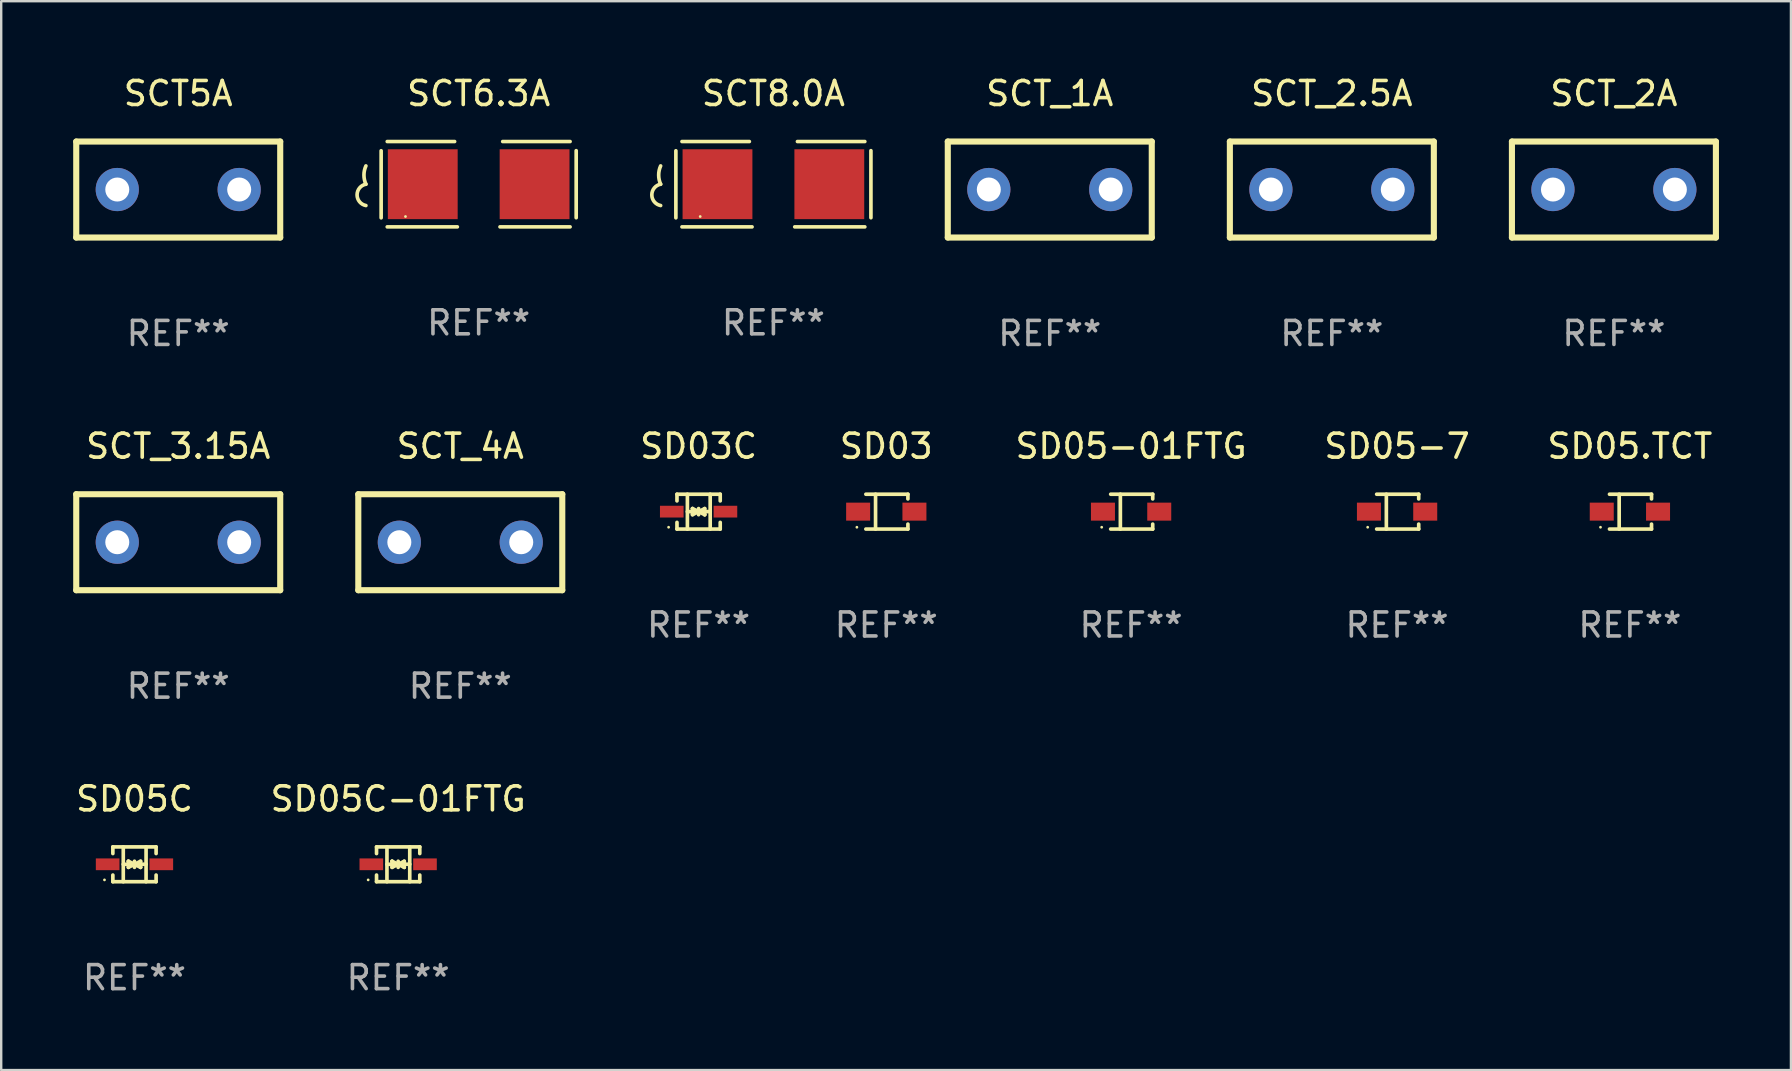
<source format=kicad_pcb>
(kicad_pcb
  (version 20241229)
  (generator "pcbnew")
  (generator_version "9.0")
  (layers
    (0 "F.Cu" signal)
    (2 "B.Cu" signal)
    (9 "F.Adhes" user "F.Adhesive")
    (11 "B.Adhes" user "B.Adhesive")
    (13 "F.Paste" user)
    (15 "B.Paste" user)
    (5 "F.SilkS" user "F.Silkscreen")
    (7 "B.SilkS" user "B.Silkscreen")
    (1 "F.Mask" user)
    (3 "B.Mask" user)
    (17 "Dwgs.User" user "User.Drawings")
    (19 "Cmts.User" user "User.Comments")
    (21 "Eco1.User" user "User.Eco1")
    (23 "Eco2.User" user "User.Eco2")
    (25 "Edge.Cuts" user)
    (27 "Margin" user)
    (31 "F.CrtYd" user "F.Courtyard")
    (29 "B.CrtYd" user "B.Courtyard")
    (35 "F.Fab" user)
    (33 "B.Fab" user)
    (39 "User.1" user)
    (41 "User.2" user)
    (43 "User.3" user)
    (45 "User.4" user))
  (footprint "SD05-7"
    (layer "F.Cu")
    (at 55.169 18.271)
    (property "Reference" "SD05-7" (at 0 -2.726 0) (layer "F.SilkS") (effects (font (size 1 1) (thickness 0.15))))
    (attr through_hole)
    (fp_line (start -0.851 -0.726) (end 0.901 -0.726) (stroke (width 0.152) (type solid)) (layer "F.SilkS"))
    (fp_line (start -0.851 0.726) (end 0.901 0.726) (stroke (width 0.152) (type solid)) (layer "F.SilkS"))
    (fp_line (start -0.447 -0.726) (end -0.447 0.726) (stroke (width 0.152) (type solid)) (layer "F.SilkS"))
    (fp_line (start 0.901 -0.726) (end 0.901 -0.53) (stroke (width 0.152) (type solid)) (layer "F.SilkS"))
    (fp_line (start 0.901 0.726) (end 0.901 0.52) (stroke (width 0.152) (type solid)) (layer "F.SilkS"))
    (fp_circle (center -1.225 0.65) (end -1.195 0.65) (stroke (width 0.06) (type solid)) (fill no) (layer "F.SilkS"))
    (fp_text user "REF**" (at 0 4.726 0) (layer "F.Fab") (effects (font (size 1 1) (thickness 0.15))))
    (pad "1" smd rect (at -1.173 0) (size 1 0.75) (layers "F.Cu" "F.Mask" "F.Paste"))
    (pad "2" smd rect (at 1.173 0) (size 1 0.75) (layers "F.Cu" "F.Mask" "F.Paste")))
  (footprint "SCT5A"
    (layer "F.Cu")
    (at 4.377 4.848)
    (property "Reference" "SCT5A" (at 0 -4 0) (layer "F.SilkS") (effects (font (size 1 1) (thickness 0.15))))
    (attr through_hole)
    (fp_line (start -4.25 2) (end -4.25 -2) (stroke (width 0.254) (type solid)) (layer "F.SilkS"))
    (fp_line (start -4.25 -2) (end 4.25 -2) (stroke (width 0.254) (type solid)) (layer "F.SilkS"))
    (fp_line (start 4.25 2) (end -4.25 2) (stroke (width 0.254) (type solid)) (layer "F.SilkS"))
    (fp_line (start 4.25 -2) (end 4.25 2) (stroke (width 0.254) (type solid)) (layer "F.SilkS"))
    (fp_circle (center -4.25 2) (end -4.22 2) (stroke (width 0.06) (type solid)) (fill no) (layer "F.SilkS"))
    (fp_text user "REF**" (at 0 6 0) (layer "F.Fab") (effects (font (size 1 1) (thickness 0.15))))
    (pad "1" thru_hole circle (at -2.54 0) (size 1.8 1.8) (drill 1) (layers "*.Cu" "*.Mask"))
    (pad "2" thru_hole circle (at 2.54 0) (size 1.8 1.8) (drill 1) (layers "*.Cu" "*.Mask")))
  (footprint "SCT_4A"
    (layer "F.Cu")
    (at 16.131 19.545)
    (property "Reference" "SCT_4A" (at 0 -4 0) (layer "F.SilkS") (effects (font (size 1 1) (thickness 0.15))))
    (attr through_hole)
    (fp_line (start -4.25 2) (end -4.25 -2) (stroke (width 0.254) (type solid)) (layer "F.SilkS"))
    (fp_line (start -4.25 -2) (end 4.25 -2) (stroke (width 0.254) (type solid)) (layer "F.SilkS"))
    (fp_line (start 4.25 2) (end -4.25 2) (stroke (width 0.254) (type solid)) (layer "F.SilkS"))
    (fp_line (start 4.25 -2) (end 4.25 2) (stroke (width 0.254) (type solid)) (layer "F.SilkS"))
    (fp_circle (center -4.25 2) (end -4.22 2) (stroke (width 0.06) (type solid)) (fill no) (layer "F.SilkS"))
    (fp_text user "REF**" (at 0 6 0) (layer "F.Fab") (effects (font (size 1 1) (thickness 0.15))))
    (pad "1" thru_hole circle (at -2.54 0) (size 1.8 1.8) (drill 1) (layers "*.Cu" "*.Mask"))
    (pad "2" thru_hole circle (at 2.54 0) (size 1.8 1.8) (drill 1) (layers "*.Cu" "*.Mask")))
  (footprint "SCT_1A"
    (layer "F.Cu")
    (at 40.696 4.848)
    (property "Reference" "SCT_1A" (at 0 -4 0) (layer "F.SilkS") (effects (font (size 1 1) (thickness 0.15))))
    (attr through_hole)
    (fp_line (start -4.25 2) (end -4.25 -2) (stroke (width 0.254) (type solid)) (layer "F.SilkS"))
    (fp_line (start -4.25 -2) (end 4.25 -2) (stroke (width 0.254) (type solid)) (layer "F.SilkS"))
    (fp_line (start 4.25 2) (end -4.25 2) (stroke (width 0.254) (type solid)) (layer "F.SilkS"))
    (fp_line (start 4.25 -2) (end 4.25 2) (stroke (width 0.254) (type solid)) (layer "F.SilkS"))
    (fp_circle (center -4.25 2) (end -4.22 2) (stroke (width 0.06) (type solid)) (fill no) (layer "F.SilkS"))
    (fp_text user "REF**" (at 0 6 0) (layer "F.Fab") (effects (font (size 1 1) (thickness 0.15))))
    (pad "1" thru_hole circle (at -2.54 0) (size 1.8 1.8) (drill 1) (layers "*.Cu" "*.Mask"))
    (pad "2" thru_hole circle (at 2.54 0) (size 1.8 1.8) (drill 1) (layers "*.Cu" "*.Mask")))
  (footprint "SCT_3.15A"
    (layer "F.Cu")
    (at 4.377 19.545)
    (property "Reference" "SCT_3.15A" (at 0 -4 0) (layer "F.SilkS") (effects (font (size 1 1) (thickness 0.15))))
    (attr through_hole)
    (fp_line (start -4.25 2) (end -4.25 -2) (stroke (width 0.254) (type solid)) (layer "F.SilkS"))
    (fp_line (start -4.25 -2) (end 4.25 -2) (stroke (width 0.254) (type solid)) (layer "F.SilkS"))
    (fp_line (start 4.25 2) (end -4.25 2) (stroke (width 0.254) (type solid)) (layer "F.SilkS"))
    (fp_line (start 4.25 -2) (end 4.25 2) (stroke (width 0.254) (type solid)) (layer "F.SilkS"))
    (fp_circle (center -4.25 2) (end -4.22 2) (stroke (width 0.06) (type solid)) (fill no) (layer "F.SilkS"))
    (fp_text user "REF**" (at 0 6 0) (layer "F.Fab") (effects (font (size 1 1) (thickness 0.15))))
    (pad "1" thru_hole circle (at -2.54 0) (size 1.8 1.8) (drill 1) (layers "*.Cu" "*.Mask"))
    (pad "2" thru_hole circle (at 2.54 0) (size 1.8 1.8) (drill 1) (layers "*.Cu" "*.Mask")))
  (footprint "SCT8.0A"
    (layer "F.Cu")
    (at 29.179 4.626)
    (property "Reference" "SCT8.0A" (at 0 -3.778 0) (layer "F.SilkS") (effects (font (size 1 1) (thickness 0.15))))
    (attr through_hole)
    (fp_line (start -4.064 -1.393) (end -4.064 1.401) (stroke (width 0.152) (type solid)) (layer "F.SilkS"))
    (fp_line (start -3.81 -1.778) (end -1.002 -1.778) (stroke (width 0.152) (type solid)) (layer "F.SilkS"))
    (fp_line (start -0.889 1.778) (end -3.81 1.778) (stroke (width 0.152) (type solid)) (layer "F.SilkS"))
    (fp_line (start 0.889 1.778) (end 3.81 1.778) (stroke (width 0.152) (type solid)) (layer "F.SilkS"))
    (fp_line (start 3.81 -1.778) (end 1.002 -1.778) (stroke (width 0.152) (type solid)) (layer "F.SilkS"))
    (fp_line (start 4.064 -1.397) (end 4.064 1.397) (stroke (width 0.152) (type solid)) (layer "F.SilkS"))
    (fp_arc (start -4.699009 0) (mid -4.780645 -0.381001) (end -4.699009 -0.762002) (stroke (width 0.151994) (type solid)) (layer "F.SilkS"))
    (fp_arc (start -4.699009 0.889002) (mid -5.066697 0.444501) (end -4.699009 0) (stroke (width 0.151994) (type solid)) (layer "F.SilkS"))
    (fp_circle (center -3.05 1.347) (end -3.02 1.347) (stroke (width 0.06) (type solid)) (fill no) (layer "F.SilkS"))
    (fp_text user "REF**" (at 0 5.778 0) (layer "F.Fab") (effects (font (size 1 1) (thickness 0.15))))
    (pad "1" smd rect (at -2.33 0) (size 2.91 2.911) (layers "F.Cu" "F.Mask" "F.Paste"))
    (pad "2" smd rect (at 2.33 0) (size 2.91 2.911) (layers "F.Cu" "F.Mask" "F.Paste")))
  (footprint "SD05-01FTG"
    (layer "F.Cu")
    (at 44.085 18.271)
    (property "Reference" "SD05-01FTG" (at 0 -2.726 0) (layer "F.SilkS") (effects (font (size 1 1) (thickness 0.15))))
    (attr through_hole)
    (fp_line (start -0.851 -0.726) (end 0.901 -0.726) (stroke (width 0.152) (type solid)) (layer "F.SilkS"))
    (fp_line (start -0.851 0.726) (end 0.901 0.726) (stroke (width 0.152) (type solid)) (layer "F.SilkS"))
    (fp_line (start -0.447 -0.726) (end -0.447 0.726) (stroke (width 0.152) (type solid)) (layer "F.SilkS"))
    (fp_line (start 0.901 -0.726) (end 0.901 -0.53) (stroke (width 0.152) (type solid)) (layer "F.SilkS"))
    (fp_line (start 0.901 0.726) (end 0.901 0.52) (stroke (width 0.152) (type solid)) (layer "F.SilkS"))
    (fp_circle (center -1.225 0.65) (end -1.195 0.65) (stroke (width 0.06) (type solid)) (fill no) (layer "F.SilkS"))
    (fp_text user "REF**" (at 0 4.726 0) (layer "F.Fab") (effects (font (size 1 1) (thickness 0.15))))
    (pad "1" smd rect (at -1.173 0) (size 1 0.75) (layers "F.Cu" "F.Mask" "F.Paste"))
    (pad "2" smd rect (at 1.173 0) (size 1 0.75) (layers "F.Cu" "F.Mask" "F.Paste")))
  (footprint "SD05C"
    (layer "F.Cu")
    (at 2.554 32.967)
    (property "Reference" "SD05C" (at 0 -2.726 0) (layer "F.SilkS") (effects (font (size 1 1) (thickness 0.15))))
    (attr through_hole)
    (fp_line (start -0.901 -0.726) (end -0.901 -0.448) (stroke (width 0.152) (type solid)) (layer "F.SilkS"))
    (fp_line (start -0.901 0.726) (end -0.901 0.448) (stroke (width 0.152) (type solid)) (layer "F.SilkS"))
    (fp_line (start -0.467 0) (end 0.483 -0.003) (stroke (width 0.154) (type solid)) (layer "F.SilkS"))
    (fp_line (start -0.467 0.726) (end -0.467 -0.726) (stroke (width 0.152) (type solid)) (layer "F.SilkS"))
    (fp_line (start -0.254 -0.127) (end -0.254 -0.127) (stroke (width 0.154) (type solid)) (layer "F.SilkS"))
    (fp_line (start -0.254 -0.127) (end -0.002 -0.003) (stroke (width 0.154) (type solid)) (layer "F.SilkS"))
    (fp_line (start -0.254 0.127) (end -0.254 -0.127) (stroke (width 0.154) (type solid)) (layer "F.SilkS"))
    (fp_line (start -0.127 0) (end 0.003 0) (stroke (width 0.154) (type solid)) (layer "F.SilkS"))
    (fp_line (start -0.003 0) (end -0.254 0.127) (stroke (width 0.154) (type solid)) (layer "F.SilkS"))
    (fp_line (start 0 -0.127) (end 0 0.127) (stroke (width 0.154) (type solid)) (layer "F.SilkS"))
    (fp_line (start 0.003 0) (end 0.254 -0.127) (stroke (width 0.154) (type solid)) (layer "F.SilkS"))
    (fp_line (start 0.127 0) (end -0.003 0) (stroke (width 0.154) (type solid)) (layer "F.SilkS"))
    (fp_line (start 0.254 -0.127) (end 0.254 0.127) (stroke (width 0.154) (type solid)) (layer "F.SilkS"))
    (fp_line (start 0.254 0.127) (end 0.002 0.003) (stroke (width 0.154) (type solid)) (layer "F.SilkS"))
    (fp_line (start 0.254 0.127) (end 0.254 0.127) (stroke (width 0.154) (type solid)) (layer "F.SilkS"))
    (fp_line (start 0.483 0.726) (end 0.483 -0.726) (stroke (width 0.152) (type solid)) (layer "F.SilkS"))
    (fp_line (start 0.901 -0.726) (end -0.901 -0.726) (stroke (width 0.152) (type solid)) (layer "F.SilkS"))
    (fp_line (start 0.901 -0.726) (end 0.901 -0.448) (stroke (width 0.152) (type solid)) (layer "F.SilkS"))
    (fp_line (start 0.901 0.726) (end -0.901 0.726) (stroke (width 0.152) (type solid)) (layer "F.SilkS"))
    (fp_line (start 0.901 0.726) (end 0.901 0.448) (stroke (width 0.152) (type solid)) (layer "F.SilkS"))
    (fp_circle (center -1.25 0.65) (end -1.22 0.65) (stroke (width 0.06) (type solid)) (fill no) (layer "F.SilkS"))
    (fp_text user "REF**" (at 0 4.726 0) (layer "F.Fab") (effects (font (size 1 1) (thickness 0.15))))
    (pad "1" smd rect (at -1.118 0) (size 0.985 0.49) (layers "F.Cu" "F.Mask" "F.Paste"))
    (pad "2" smd rect (at 1.118 0) (size 0.985 0.49) (layers "F.Cu" "F.Mask" "F.Paste")))
  (footprint "SCT6.3A"
    (layer "F.Cu")
    (at 16.897 4.626)
    (property "Reference" "SCT6.3A" (at 0 -3.778 0) (layer "F.SilkS") (effects (font (size 1 1) (thickness 0.15))))
    (attr through_hole)
    (fp_line (start -4.064 -1.393) (end -4.064 1.401) (stroke (width 0.152) (type solid)) (layer "F.SilkS"))
    (fp_line (start -3.81 -1.778) (end -1.002 -1.778) (stroke (width 0.152) (type solid)) (layer "F.SilkS"))
    (fp_line (start -0.889 1.778) (end -3.81 1.778) (stroke (width 0.152) (type solid)) (layer "F.SilkS"))
    (fp_line (start 0.889 1.778) (end 3.81 1.778) (stroke (width 0.152) (type solid)) (layer "F.SilkS"))
    (fp_line (start 3.81 -1.778) (end 1.002 -1.778) (stroke (width 0.152) (type solid)) (layer "F.SilkS"))
    (fp_line (start 4.064 -1.397) (end 4.064 1.397) (stroke (width 0.152) (type solid)) (layer "F.SilkS"))
    (fp_arc (start -4.699009 0) (mid -4.780645 -0.381001) (end -4.699009 -0.762002) (stroke (width 0.151994) (type solid)) (layer "F.SilkS"))
    (fp_arc (start -4.699009 0.889002) (mid -5.066697 0.444501) (end -4.699009 0) (stroke (width 0.151994) (type solid)) (layer "F.SilkS"))
    (fp_circle (center -3.05 1.347) (end -3.02 1.347) (stroke (width 0.06) (type solid)) (fill no) (layer "F.SilkS"))
    (fp_text user "REF**" (at 0 5.778 0) (layer "F.Fab") (effects (font (size 1 1) (thickness 0.15))))
    (pad "1" smd rect (at -2.33 0) (size 2.91 2.911) (layers "F.Cu" "F.Mask" "F.Paste"))
    (pad "2" smd rect (at 2.33 0) (size 2.91 2.911) (layers "F.Cu" "F.Mask" "F.Paste")))
  (footprint "SD03"
    (layer "F.Cu")
    (at 33.883 18.271)
    (property "Reference" "SD03" (at 0 -2.726 0) (layer "F.SilkS") (effects (font (size 1 1) (thickness 0.15))))
    (attr through_hole)
    (fp_line (start -0.851 -0.726) (end 0.901 -0.726) (stroke (width 0.152) (type solid)) (layer "F.SilkS"))
    (fp_line (start -0.851 0.726) (end 0.901 0.726) (stroke (width 0.152) (type solid)) (layer "F.SilkS"))
    (fp_line (start -0.447 -0.726) (end -0.447 0.726) (stroke (width 0.152) (type solid)) (layer "F.SilkS"))
    (fp_line (start 0.901 -0.726) (end 0.901 -0.53) (stroke (width 0.152) (type solid)) (layer "F.SilkS"))
    (fp_line (start 0.901 0.726) (end 0.901 0.52) (stroke (width 0.152) (type solid)) (layer "F.SilkS"))
    (fp_circle (center -1.225 0.65) (end -1.195 0.65) (stroke (width 0.06) (type solid)) (fill no) (layer "F.SilkS"))
    (fp_text user "REF**" (at 0 4.726 0) (layer "F.Fab") (effects (font (size 1 1) (thickness 0.15))))
    (pad "1" smd rect (at -1.173 0) (size 1 0.75) (layers "F.Cu" "F.Mask" "F.Paste"))
    (pad "2" smd rect (at 1.173 0) (size 1 0.75) (layers "F.Cu" "F.Mask" "F.Paste")))
  (footprint "SCT_2.5A"
    (layer "F.Cu")
    (at 52.451 4.848)
    (property "Reference" "SCT_2.5A" (at 0 -4 0) (layer "F.SilkS") (effects (font (size 1 1) (thickness 0.15))))
    (attr through_hole)
    (fp_line (start -4.25 2) (end -4.25 -2) (stroke (width 0.254) (type solid)) (layer "F.SilkS"))
    (fp_line (start -4.25 -2) (end 4.25 -2) (stroke (width 0.254) (type solid)) (layer "F.SilkS"))
    (fp_line (start 4.25 2) (end -4.25 2) (stroke (width 0.254) (type solid)) (layer "F.SilkS"))
    (fp_line (start 4.25 -2) (end 4.25 2) (stroke (width 0.254) (type solid)) (layer "F.SilkS"))
    (fp_circle (center -4.25 2) (end -4.22 2) (stroke (width 0.06) (type solid)) (fill no) (layer "F.SilkS"))
    (fp_text user "REF**" (at 0 6 0) (layer "F.Fab") (effects (font (size 1 1) (thickness 0.15))))
    (pad "1" thru_hole circle (at -2.54 0) (size 1.8 1.8) (drill 1) (layers "*.Cu" "*.Mask"))
    (pad "2" thru_hole circle (at 2.54 0) (size 1.8 1.8) (drill 1) (layers "*.Cu" "*.Mask")))
  (footprint "SD05.TCT"
    (layer "F.Cu")
    (at 64.871 18.271)
    (property "Reference" "SD05.TCT" (at 0 -2.726 0) (layer "F.SilkS") (effects (font (size 1 1) (thickness 0.15))))
    (attr through_hole)
    (fp_line (start -0.851 -0.726) (end 0.901 -0.726) (stroke (width 0.152) (type solid)) (layer "F.SilkS"))
    (fp_line (start -0.851 0.726) (end 0.901 0.726) (stroke (width 0.152) (type solid)) (layer "F.SilkS"))
    (fp_line (start -0.447 -0.726) (end -0.447 0.726) (stroke (width 0.152) (type solid)) (layer "F.SilkS"))
    (fp_line (start 0.901 -0.726) (end 0.901 -0.53) (stroke (width 0.152) (type solid)) (layer "F.SilkS"))
    (fp_line (start 0.901 0.726) (end 0.901 0.52) (stroke (width 0.152) (type solid)) (layer "F.SilkS"))
    (fp_circle (center -1.225 0.65) (end -1.195 0.65) (stroke (width 0.06) (type solid)) (fill no) (layer "F.SilkS"))
    (fp_text user "REF**" (at 0 4.726 0) (layer "F.Fab") (effects (font (size 1 1) (thickness 0.15))))
    (pad "1" smd rect (at -1.173 0) (size 1 0.75) (layers "F.Cu" "F.Mask" "F.Paste"))
    (pad "2" smd rect (at 1.173 0) (size 1 0.75) (layers "F.Cu" "F.Mask" "F.Paste")))
  (footprint "SCT_2A"
    (layer "F.Cu")
    (at 64.205 4.848)
    (property "Reference" "SCT_2A" (at 0 -4 0) (layer "F.SilkS") (effects (font (size 1 1) (thickness 0.15))))
    (attr through_hole)
    (fp_line (start -4.25 2) (end -4.25 -2) (stroke (width 0.254) (type solid)) (layer "F.SilkS"))
    (fp_line (start -4.25 -2) (end 4.25 -2) (stroke (width 0.254) (type solid)) (layer "F.SilkS"))
    (fp_line (start 4.25 2) (end -4.25 2) (stroke (width 0.254) (type solid)) (layer "F.SilkS"))
    (fp_line (start 4.25 -2) (end 4.25 2) (stroke (width 0.254) (type solid)) (layer "F.SilkS"))
    (fp_circle (center -4.25 2) (end -4.22 2) (stroke (width 0.06) (type solid)) (fill no) (layer "F.SilkS"))
    (fp_text user "REF**" (at 0 6 0) (layer "F.Fab") (effects (font (size 1 1) (thickness 0.15))))
    (pad "1" thru_hole circle (at -2.54 0) (size 1.8 1.8) (drill 1) (layers "*.Cu" "*.Mask"))
    (pad "2" thru_hole circle (at 2.54 0) (size 1.8 1.8) (drill 1) (layers "*.Cu" "*.Mask")))
  (footprint "SD03C"
    (layer "F.Cu")
    (at 26.062 18.271)
    (property "Reference" "SD03C" (at 0 -2.726 0) (layer "F.SilkS") (effects (font (size 1 1) (thickness 0.15))))
    (attr through_hole)
    (fp_line (start -0.901 -0.726) (end -0.901 -0.448) (stroke (width 0.152) (type solid)) (layer "F.SilkS"))
    (fp_line (start -0.901 0.726) (end -0.901 0.448) (stroke (width 0.152) (type solid)) (layer "F.SilkS"))
    (fp_line (start -0.467 0) (end 0.483 -0.003) (stroke (width 0.154) (type solid)) (layer "F.SilkS"))
    (fp_line (start -0.467 0.726) (end -0.467 -0.726) (stroke (width 0.152) (type solid)) (layer "F.SilkS"))
    (fp_line (start -0.254 -0.127) (end -0.254 -0.127) (stroke (width 0.154) (type solid)) (layer "F.SilkS"))
    (fp_line (start -0.254 -0.127) (end -0.002 -0.003) (stroke (width 0.154) (type solid)) (layer "F.SilkS"))
    (fp_line (start -0.254 0.127) (end -0.254 -0.127) (stroke (width 0.154) (type solid)) (layer "F.SilkS"))
    (fp_line (start -0.127 0) (end 0.003 0) (stroke (width 0.154) (type solid)) (layer "F.SilkS"))
    (fp_line (start -0.003 0) (end -0.254 0.127) (stroke (width 0.154) (type solid)) (layer "F.SilkS"))
    (fp_line (start 0 -0.127) (end 0 0.127) (stroke (width 0.154) (type solid)) (layer "F.SilkS"))
    (fp_line (start 0.003 0) (end 0.254 -0.127) (stroke (width 0.154) (type solid)) (layer "F.SilkS"))
    (fp_line (start 0.127 0) (end -0.003 0) (stroke (width 0.154) (type solid)) (layer "F.SilkS"))
    (fp_line (start 0.254 -0.127) (end 0.254 0.127) (stroke (width 0.154) (type solid)) (layer "F.SilkS"))
    (fp_line (start 0.254 0.127) (end 0.002 0.003) (stroke (width 0.154) (type solid)) (layer "F.SilkS"))
    (fp_line (start 0.254 0.127) (end 0.254 0.127) (stroke (width 0.154) (type solid)) (layer "F.SilkS"))
    (fp_line (start 0.483 0.726) (end 0.483 -0.726) (stroke (width 0.152) (type solid)) (layer "F.SilkS"))
    (fp_line (start 0.901 -0.726) (end -0.901 -0.726) (stroke (width 0.152) (type solid)) (layer "F.SilkS"))
    (fp_line (start 0.901 -0.726) (end 0.901 -0.448) (stroke (width 0.152) (type solid)) (layer "F.SilkS"))
    (fp_line (start 0.901 0.726) (end -0.901 0.726) (stroke (width 0.152) (type solid)) (layer "F.SilkS"))
    (fp_line (start 0.901 0.726) (end 0.901 0.448) (stroke (width 0.152) (type solid)) (layer "F.SilkS"))
    (fp_circle (center -1.25 0.65) (end -1.22 0.65) (stroke (width 0.06) (type solid)) (fill no) (layer "F.SilkS"))
    (fp_text user "REF**" (at 0 4.726 0) (layer "F.Fab") (effects (font (size 1 1) (thickness 0.15))))
    (pad "1" smd rect (at -1.118 0) (size 0.985 0.49) (layers "F.Cu" "F.Mask" "F.Paste"))
    (pad "2" smd rect (at 1.118 0) (size 0.985 0.49) (layers "F.Cu" "F.Mask" "F.Paste")))
  (footprint "SD05C-01FTG"
    (layer "F.Cu")
    (at 13.542 32.967)
    (property "Reference" "SD05C-01FTG" (at 0 -2.726 0) (layer "F.SilkS") (effects (font (size 1 1) (thickness 0.15))))
    (attr through_hole)
    (fp_line (start -0.901 -0.726) (end -0.901 -0.448) (stroke (width 0.152) (type solid)) (layer "F.SilkS"))
    (fp_line (start -0.901 0.726) (end -0.901 0.448) (stroke (width 0.152) (type solid)) (layer "F.SilkS"))
    (fp_line (start -0.467 0) (end 0.483 -0.003) (stroke (width 0.154) (type solid)) (layer "F.SilkS"))
    (fp_line (start -0.467 0.726) (end -0.467 -0.726) (stroke (width 0.152) (type solid)) (layer "F.SilkS"))
    (fp_line (start -0.254 -0.127) (end -0.254 -0.127) (stroke (width 0.154) (type solid)) (layer "F.SilkS"))
    (fp_line (start -0.254 -0.127) (end -0.002 -0.003) (stroke (width 0.154) (type solid)) (layer "F.SilkS"))
    (fp_line (start -0.254 0.127) (end -0.254 -0.127) (stroke (width 0.154) (type solid)) (layer "F.SilkS"))
    (fp_line (start -0.127 0) (end 0.003 0) (stroke (width 0.154) (type solid)) (layer "F.SilkS"))
    (fp_line (start -0.003 0) (end -0.254 0.127) (stroke (width 0.154) (type solid)) (layer "F.SilkS"))
    (fp_line (start 0 -0.127) (end 0 0.127) (stroke (width 0.154) (type solid)) (layer "F.SilkS"))
    (fp_line (start 0.003 0) (end 0.254 -0.127) (stroke (width 0.154) (type solid)) (layer "F.SilkS"))
    (fp_line (start 0.127 0) (end -0.003 0) (stroke (width 0.154) (type solid)) (layer "F.SilkS"))
    (fp_line (start 0.254 -0.127) (end 0.254 0.127) (stroke (width 0.154) (type solid)) (layer "F.SilkS"))
    (fp_line (start 0.254 0.127) (end 0.002 0.003) (stroke (width 0.154) (type solid)) (layer "F.SilkS"))
    (fp_line (start 0.254 0.127) (end 0.254 0.127) (stroke (width 0.154) (type solid)) (layer "F.SilkS"))
    (fp_line (start 0.483 0.726) (end 0.483 -0.726) (stroke (width 0.152) (type solid)) (layer "F.SilkS"))
    (fp_line (start 0.901 -0.726) (end -0.901 -0.726) (stroke (width 0.152) (type solid)) (layer "F.SilkS"))
    (fp_line (start 0.901 -0.726) (end 0.901 -0.448) (stroke (width 0.152) (type solid)) (layer "F.SilkS"))
    (fp_line (start 0.901 0.726) (end -0.901 0.726) (stroke (width 0.152) (type solid)) (layer "F.SilkS"))
    (fp_line (start 0.901 0.726) (end 0.901 0.448) (stroke (width 0.152) (type solid)) (layer "F.SilkS"))
    (fp_circle (center -1.25 0.65) (end -1.22 0.65) (stroke (width 0.06) (type solid)) (fill no) (layer "F.SilkS"))
    (fp_text user "REF**" (at 0 4.726 0) (layer "F.Fab") (effects (font (size 1 1) (thickness 0.15))))
    (pad "1" smd rect (at -1.118 0) (size 0.985 0.49) (layers "F.Cu" "F.Mask" "F.Paste"))
    (pad "2" smd rect (at 1.118 0) (size 0.985 0.49) (layers "F.Cu" "F.Mask" "F.Paste")))
  (gr_rect
    (start -3 -3)
    (end 71.582 41.542)
    (stroke (width 0.1) (type default))
    (fill no)
    (layer "Edge.Cuts")))
</source>
